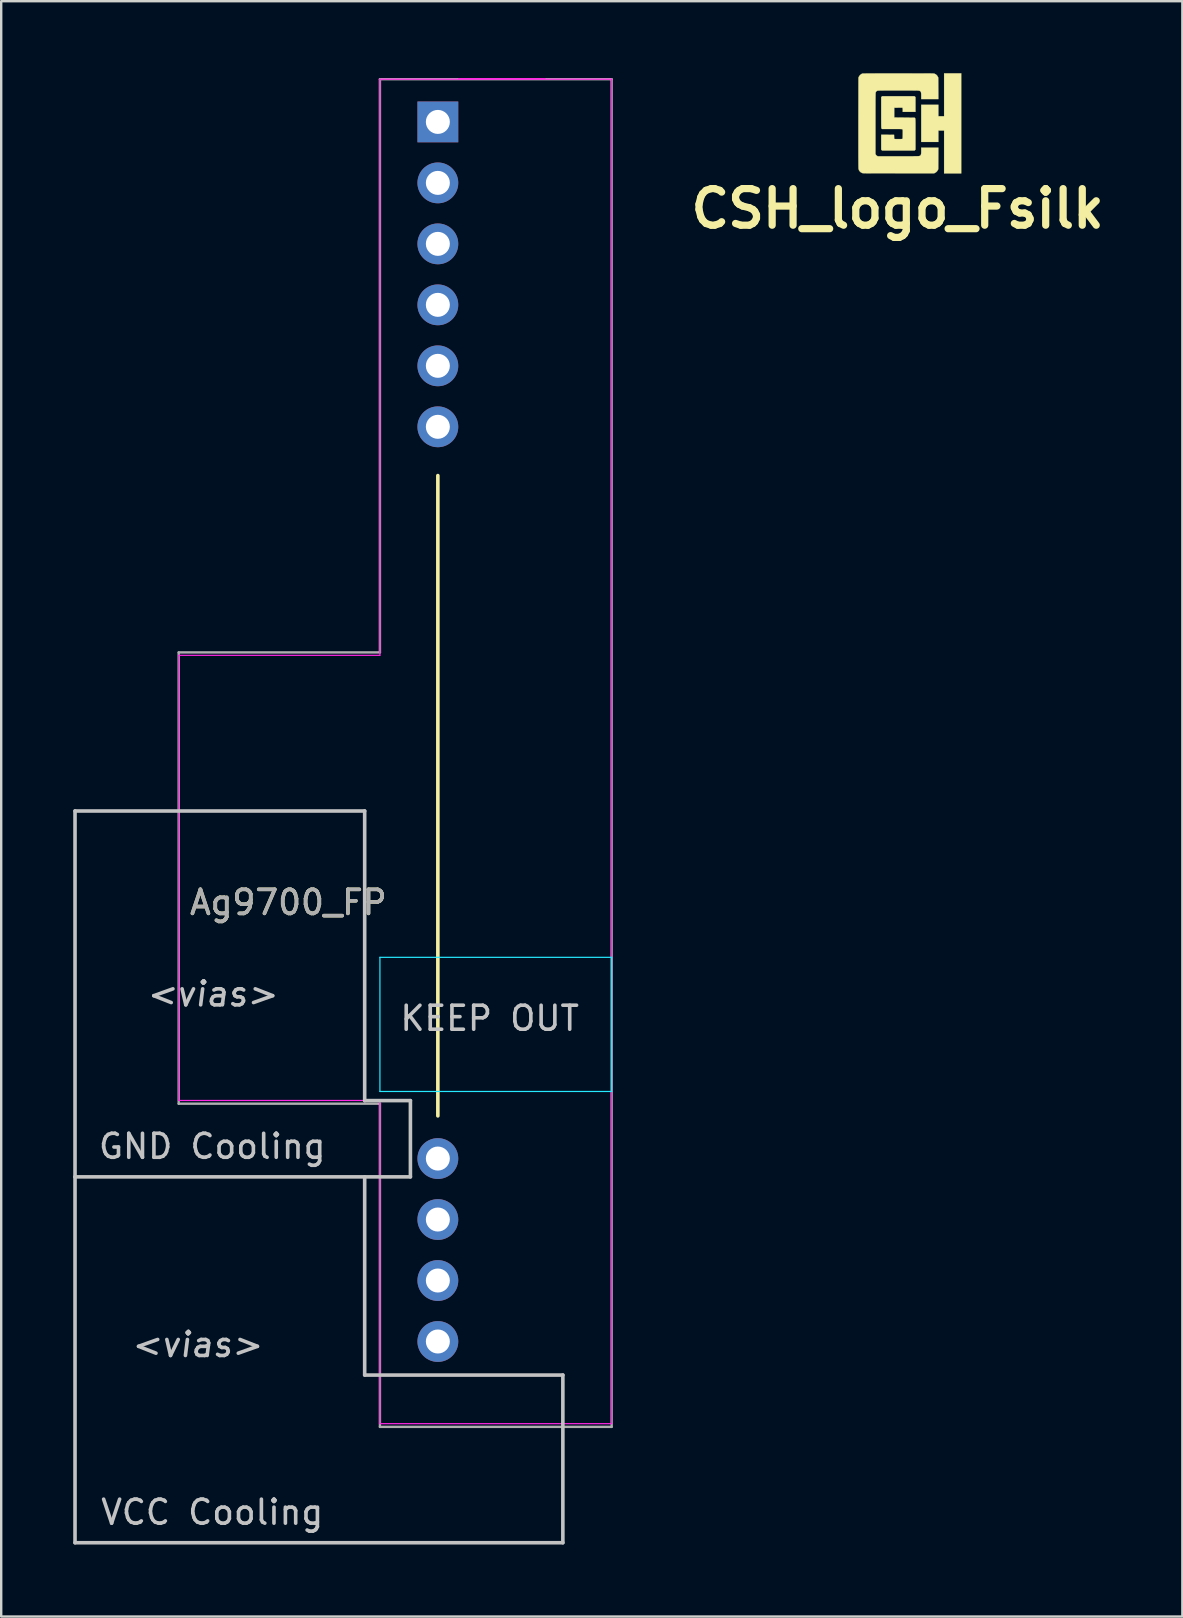
<source format=kicad_pcb>
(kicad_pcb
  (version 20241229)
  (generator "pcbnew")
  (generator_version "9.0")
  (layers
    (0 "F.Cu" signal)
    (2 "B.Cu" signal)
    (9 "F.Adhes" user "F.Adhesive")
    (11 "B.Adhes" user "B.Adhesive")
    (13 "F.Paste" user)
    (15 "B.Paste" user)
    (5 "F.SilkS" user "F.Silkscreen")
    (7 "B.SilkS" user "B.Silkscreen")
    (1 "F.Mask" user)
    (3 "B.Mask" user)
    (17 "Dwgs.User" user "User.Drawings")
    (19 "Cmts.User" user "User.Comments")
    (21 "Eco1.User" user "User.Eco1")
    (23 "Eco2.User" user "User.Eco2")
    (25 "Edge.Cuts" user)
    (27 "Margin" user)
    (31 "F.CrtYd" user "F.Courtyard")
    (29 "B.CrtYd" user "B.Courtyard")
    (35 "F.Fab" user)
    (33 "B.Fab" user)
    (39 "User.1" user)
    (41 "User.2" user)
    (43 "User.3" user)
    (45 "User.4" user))
  (footprint "Ag9700_FP"
    (layer "F.Cu")
    (at 17.855 0.25)
    (property "Reference" "Ag9700_FP" (at -8.89 34.29 0) (layer "F.SilkS") (effects (font (size 1 1) (thickness 0.15))))
    (attr through_hole)
    (fp_line (start -2.667 16.51) (end -2.667 43.18) (stroke (width 0.15) (type solid)) (layer "F.SilkS"))
    (fp_line (start -17.78 30.48) (end -17.78 45.72) (stroke (width 0.15) (type solid)) (layer "Dwgs.User"))
    (fp_line (start -17.78 45.72) (end -17.78 60.96) (stroke (width 0.15) (type solid)) (layer "Dwgs.User"))
    (fp_line (start -17.78 45.72) (end -3.81 45.72) (stroke (width 0.15) (type solid)) (layer "Dwgs.User"))
    (fp_line (start -17.78 60.96) (end 2.54 60.96) (stroke (width 0.15) (type solid)) (layer "Dwgs.User"))
    (fp_line (start -5.715 30.48) (end -17.78 30.48) (stroke (width 0.15) (type solid)) (layer "Dwgs.User"))
    (fp_line (start -5.715 42.545) (end -5.715 30.48) (stroke (width 0.15) (type solid)) (layer "Dwgs.User"))
    (fp_line (start -5.715 53.975) (end -5.715 45.72) (stroke (width 0.15) (type solid)) (layer "Dwgs.User"))
    (fp_line (start -3.81 42.545) (end -5.715 42.545) (stroke (width 0.15) (type solid)) (layer "Dwgs.User"))
    (fp_line (start -3.81 45.72) (end -3.81 42.545) (stroke (width 0.15) (type solid)) (layer "Dwgs.User"))
    (fp_line (start 2.54 53.975) (end -5.715 53.975) (stroke (width 0.15) (type solid)) (layer "Dwgs.User"))
    (fp_line (start 2.54 60.96) (end 2.54 53.975) (stroke (width 0.15) (type solid)) (layer "Dwgs.User"))
    (fp_line (start -5.08 36.576) (end -5.08 42.164) (stroke (width 0.05) (type solid)) (layer "B.CrtYd"))
    (fp_line (start 4.572 36.576) (end -5.08 36.576) (stroke (width 0.05) (type solid)) (layer "B.CrtYd"))
    (fp_line (start 4.572 42.164) (end -5.08 42.164) (stroke (width 0.05) (type solid)) (layer "B.CrtYd"))
    (fp_line (start 4.572 42.164) (end 4.572 36.576) (stroke (width 0.05) (type solid)) (layer "B.CrtYd"))
    (fp_line (start -13.462 23.996) (end -5.08 23.996) (stroke (width 0.05) (type solid)) (layer "F.CrtYd"))
    (fp_line (start -13.462 42.538) (end -13.462 23.996) (stroke (width 0.05) (type solid)) (layer "F.CrtYd"))
    (fp_line (start -5.08 0) (end 4.572 0) (stroke (width 0.05) (type solid)) (layer "F.CrtYd"))
    (fp_line (start -5.08 23.996) (end -5.08 0) (stroke (width 0.05) (type solid)) (layer "F.CrtYd"))
    (fp_line (start -5.08 42.538) (end -13.462 42.538) (stroke (width 0.05) (type solid)) (layer "F.CrtYd"))
    (fp_line (start -5.08 56) (end -5.08 42.538) (stroke (width 0.05) (type solid)) (layer "F.CrtYd"))
    (fp_line (start 1.8 -0.022) (end -1.8 -0.022) (stroke (width 0.05) (type solid)) (layer "F.CrtYd"))
    (fp_line (start 4.572 0) (end 4.572 56) (stroke (width 0.05) (type solid)) (layer "F.CrtYd"))
    (fp_line (start 4.572 56) (end -5.08 56) (stroke (width 0.05) (type solid)) (layer "F.CrtYd"))
    (fp_line (start -13.462 23.876) (end -13.462 42.672) (stroke (width 0.1) (type solid)) (layer "F.Fab"))
    (fp_line (start -13.462 23.876) (end -5.08 23.876) (stroke (width 0.1) (type solid)) (layer "F.Fab"))
    (fp_line (start -13.462 42.672) (end -5.08 42.672) (stroke (width 0.1) (type solid)) (layer "F.Fab"))
    (fp_line (start -5.08 0) (end 4.572 0) (stroke (width 0.1) (type solid)) (layer "F.Fab"))
    (fp_line (start -5.08 23.876) (end -5.08 0) (stroke (width 0.1) (type solid)) (layer "F.Fab"))
    (fp_line (start -5.08 42.672) (end -5.08 56.134) (stroke (width 0.1) (type solid)) (layer "F.Fab"))
    (fp_line (start -5.08 56.134) (end 4.572 56.134) (stroke (width 0.1) (type solid)) (layer "F.Fab"))
    (fp_line (start 4.572 0) (end 4.572 56.134) (stroke (width 0.1) (type solid)) (layer "F.Fab"))
    (fp_text user "VCC Cooling" (at -12.065 59.69 0) (layer "Dwgs.User") (effects (font (size 1 1) (thickness 0.15))))
    (fp_text user "GND Cooling" (at -12.065 44.45 0) (layer "Dwgs.User") (effects (font (size 1 1) (thickness 0.15))))
    (fp_text user "<vias>" (at -12.7 52.705 0) (layer "Dwgs.User") (effects (font (size 1 1) (thickness 0.15) (italic yes))))
    (fp_text user "KEEP OUT" (at -0.508 39.116 0) (layer "Dwgs.User") (effects (font (size 1 1) (thickness 0.15))))
    (fp_text user "<vias>" (at -12.065 38.1 0) (layer "Dwgs.User") (effects (font (size 1 1) (thickness 0.15) (italic yes))))
    (fp_text user "${REFERENCE}" (at -8.89 34.29 180) (layer "F.Fab") (effects (font (size 1 1) (thickness 0.15))))
    (pad "1" thru_hole rect (at -2.667 1.778) (size 1.7 1.7) (drill 1) (layers "*.Cu" "*.Mask"))
    (pad "2" thru_hole oval (at -2.667 4.318) (size 1.7 1.7) (drill 1) (layers "*.Cu" "*.Mask"))
    (pad "3" thru_hole oval (at -2.667 6.858) (size 1.7 1.7) (drill 1) (layers "*.Cu" "*.Mask"))
    (pad "4" thru_hole oval (at -2.667 9.398) (size 1.7 1.7) (drill 1) (layers "*.Cu" "*.Mask"))
    (pad "5" thru_hole oval (at -2.667 11.938) (size 1.7 1.7) (drill 1) (layers "*.Cu" "*.Mask"))
    (pad "6" thru_hole oval (at -2.667 14.478) (size 1.7 1.7) (drill 1) (layers "*.Cu" "*.Mask"))
    (pad "7" thru_hole oval (at -2.667 44.958) (size 1.7 1.7) (drill 1) (layers "*.Cu" "*.Mask"))
    (pad "8" thru_hole oval (at -2.667 47.498) (size 1.7 1.7) (drill 1) (layers "*.Cu" "*.Mask"))
    (pad "9" thru_hole oval (at -2.667 50.038) (size 1.7 1.7) (drill 1) (layers "*.Cu" "*.Mask"))
    (pad "10" thru_hole oval (at -2.667 52.578) (size 1.7 1.7) (drill 1) (layers "*.Cu" "*.Mask")))
  (footprint "CSH_logo_Fsilk"
    (layer "F.Cu")
    (at 34.846 2.085)
    (property "Reference" "CSH_logo_Fsilk" (at -0.508 3.556 0) (layer "F.SilkS") (effects (font (size 1.524 1.524) (thickness 0.3))))
    (attr through_hole)
    (fp_poly (pts (xy 2.143 2.088) (xy 1.429 2.088) (xy 1.429 0.302) (xy 1.191 0.302) (xy 1.191 0.778) (xy 0.476 0.778) (xy 0.476 -0.77) (xy 1.191 -0.77) (xy 1.191 -0.294) (xy 1.429 -0.294) (xy 1.429 -2.08) (xy 2.143 -2.08) (xy 2.143 2.088)) (stroke (width 0.01) (type solid)) (fill yes) (layer "F.SilkS"))
    (fp_poly (pts (xy 0.219 -1.108) (xy 0.238 -1.088) (xy 0.238 -0.476) (xy -0.294 -0.476) (xy -0.294 -0.543) (xy -0.295 -0.577) (xy -0.297 -0.607) (xy -0.3 -0.627) (xy -0.301 -0.631) (xy -0.309 -0.651) (xy -0.478 -0.649) (xy -0.647 -0.647) (xy -0.647 -0.242) (xy -0.222 -0.238) (xy -0.142 -0.237) (xy -0.066 -0.236) (xy 0.003 -0.235) (xy 0.064 -0.235) (xy 0.116 -0.234) (xy 0.158 -0.233) (xy 0.187 -0.233) (xy 0.202 -0.232) (xy 0.204 -0.232) (xy 0.21 -0.226) (xy 0.216 -0.221) (xy 0.22 -0.216) (xy 0.224 -0.209) (xy 0.227 -0.201) (xy 0.23 -0.189) (xy 0.232 -0.173) (xy 0.234 -0.151) (xy 0.236 -0.123) (xy 0.237 -0.088) (xy 0.237 -0.044) (xy 0.238 0.01) (xy 0.238 0.075) (xy 0.238 0.151) (xy 0.238 0.24) (xy 0.238 0.343) (xy 0.238 0.45) (xy 0.238 1.096) (xy 0.199 1.135) (xy -1.152 1.135) (xy -1.171 1.116) (xy -1.191 1.096) (xy -1.191 0.476) (xy -0.923 0.478) (xy -0.655 0.48) (xy -0.653 0.563) (xy -0.65 0.607) (xy -0.647 0.637) (xy -0.642 0.651) (xy -0.641 0.652) (xy -0.629 0.655) (xy -0.605 0.656) (xy -0.571 0.658) (xy -0.53 0.658) (xy -0.486 0.658) (xy -0.44 0.658) (xy -0.397 0.657) (xy -0.36 0.656) (xy -0.331 0.654) (xy -0.313 0.652) (xy -0.31 0.651) (xy -0.306 0.646) (xy -0.303 0.636) (xy -0.3 0.619) (xy -0.298 0.593) (xy -0.297 0.557) (xy -0.296 0.508) (xy -0.295 0.457) (xy -0.295 0.398) (xy -0.294 0.352) (xy -0.295 0.319) (xy -0.295 0.295) (xy -0.297 0.279) (xy -0.3 0.268) (xy -0.304 0.26) (xy -0.309 0.255) (xy -0.309 0.254) (xy -0.313 0.251) (xy -0.318 0.248) (xy -0.325 0.245) (xy -0.336 0.243) (xy -0.352 0.242) (xy -0.374 0.24) (xy -0.403 0.24) (xy -0.442 0.239) (xy -0.49 0.238) (xy -0.55 0.238) (xy -0.623 0.238) (xy -0.71 0.238) (xy -1.158 0.238) (xy -1.174 0.221) (xy -1.177 0.217) (xy -1.18 0.213) (xy -1.182 0.207) (xy -1.184 0.198) (xy -1.186 0.186) (xy -1.187 0.168) (xy -1.188 0.144) (xy -1.189 0.113) (xy -1.189 0.074) (xy -1.19 0.026) (xy -1.19 -0.032) (xy -1.19 -0.102) (xy -1.191 -0.183) (xy -1.191 -0.278) (xy -1.191 -0.388) (xy -1.191 -0.442) (xy -1.191 -1.088) (xy -1.171 -1.108) (xy -1.152 -1.127) (xy 0.199 -1.127) (xy 0.219 -1.108)) (stroke (width 0.01) (type solid)) (fill yes) (layer "F.SilkS"))
    (fp_poly (pts (xy 0.477 -2.079) (xy 0.565 -2.079) (xy 0.643 -2.078) (xy 0.711 -2.078) (xy 0.77 -2.078) (xy 0.821 -2.077) (xy 0.864 -2.077) (xy 0.9 -2.076) (xy 0.931 -2.075) (xy 0.955 -2.075) (xy 0.975 -2.074) (xy 0.991 -2.072) (xy 1.003 -2.071) (xy 1.013 -2.07) (xy 1.02 -2.068) (xy 1.026 -2.067) (xy 1.032 -2.065) (xy 1.034 -2.064) (xy 1.088 -2.035) (xy 1.133 -1.995) (xy 1.164 -1.946) (xy 1.187 -1.901) (xy 1.189 -1.455) (xy 1.191 -1.008) (xy 0.476 -1.008) (xy 0.476 -1.139) (xy 0.476 -1.199) (xy 0.473 -1.245) (xy 0.468 -1.279) (xy 0.46 -1.305) (xy 0.448 -1.324) (xy 0.432 -1.338) (xy 0.413 -1.349) (xy 0.408 -1.352) (xy 0.402 -1.354) (xy 0.395 -1.356) (xy 0.385 -1.358) (xy 0.372 -1.359) (xy 0.354 -1.361) (xy 0.332 -1.362) (xy 0.303 -1.363) (xy 0.268 -1.363) (xy 0.224 -1.364) (xy 0.172 -1.364) (xy 0.11 -1.365) (xy 0.037 -1.365) (xy -0.047 -1.365) (xy -0.144 -1.365) (xy -0.254 -1.365) (xy -0.379 -1.365) (xy -0.476 -1.365) (xy -0.611 -1.365) (xy -0.732 -1.365) (xy -0.838 -1.365) (xy -0.931 -1.365) (xy -1.012 -1.365) (xy -1.081 -1.365) (xy -1.141 -1.364) (xy -1.19 -1.364) (xy -1.231 -1.363) (xy -1.265 -1.362) (xy -1.292 -1.361) (xy -1.312 -1.36) (xy -1.328 -1.359) (xy -1.34 -1.357) (xy -1.349 -1.355) (xy -1.356 -1.353) (xy -1.362 -1.351) (xy -1.365 -1.349) (xy -1.397 -1.324) (xy -1.413 -1.302) (xy -1.415 -1.298) (xy -1.417 -1.293) (xy -1.418 -1.287) (xy -1.42 -1.279) (xy -1.421 -1.268) (xy -1.423 -1.254) (xy -1.424 -1.235) (xy -1.425 -1.212) (xy -1.425 -1.183) (xy -1.426 -1.147) (xy -1.427 -1.104) (xy -1.427 -1.054) (xy -1.428 -0.994) (xy -1.428 -0.925) (xy -1.428 -0.846) (xy -1.428 -0.757) (xy -1.429 -0.655) (xy -1.429 -0.541) (xy -1.429 -0.414) (xy -1.429 -0.274) (xy -1.429 -0.118) (xy -1.429 0.005) (xy -1.429 1.28) (xy -1.412 1.31) (xy -1.393 1.334) (xy -1.369 1.354) (xy -1.365 1.356) (xy -1.335 1.373) (xy -0.477 1.373) (xy -0.342 1.373) (xy -0.221 1.373) (xy -0.115 1.373) (xy -0.022 1.373) (xy 0.059 1.373) (xy 0.129 1.373) (xy 0.188 1.372) (xy 0.237 1.372) (xy 0.279 1.371) (xy 0.312 1.37) (xy 0.339 1.369) (xy 0.36 1.368) (xy 0.376 1.367) (xy 0.388 1.365) (xy 0.397 1.363) (xy 0.404 1.361) (xy 0.409 1.359) (xy 0.413 1.357) (xy 0.434 1.345) (xy 0.45 1.33) (xy 0.461 1.31) (xy 0.469 1.283) (xy 0.474 1.248) (xy 0.476 1.2) (xy 0.476 1.147) (xy 0.476 1.016) (xy 1.191 1.016) (xy 1.189 1.462) (xy 1.187 1.909) (xy 1.165 1.954) (xy 1.131 2.005) (xy 1.086 2.045) (xy 1.048 2.067) (xy 1.012 2.084) (xy -0.464 2.085) (xy -0.644 2.086) (xy -0.809 2.086) (xy -0.96 2.086) (xy -1.096 2.086) (xy -1.22 2.086) (xy -1.331 2.086) (xy -1.43 2.086) (xy -1.519 2.086) (xy -1.596 2.086) (xy -1.665 2.085) (xy -1.724 2.085) (xy -1.775 2.084) (xy -1.818 2.084) (xy -1.855 2.083) (xy -1.885 2.082) (xy -1.909 2.082) (xy -1.929 2.081) (xy -1.945 2.079) (xy -1.957 2.078) (xy -1.967 2.077) (xy -1.974 2.075) (xy -1.98 2.074) (xy -1.982 2.073) (xy -2.037 2.046) (xy -2.081 2.008) (xy -2.115 1.96) (xy -2.135 1.904) (xy -2.135 1.902) (xy -2.136 1.892) (xy -2.137 1.871) (xy -2.138 1.839) (xy -2.139 1.796) (xy -2.14 1.741) (xy -2.14 1.674) (xy -2.141 1.595) (xy -2.141 1.503) (xy -2.142 1.398) (xy -2.142 1.28) (xy -2.142 1.149) (xy -2.142 1.004) (xy -2.142 0.844) (xy -2.142 0.67) (xy -2.142 0.482) (xy -2.142 0.278) (xy -2.142 0.058) (xy -2.142 -0.02) (xy -2.139 -1.901) (xy -2.117 -1.946) (xy -2.084 -1.997) (xy -2.039 -2.037) (xy -2.001 -2.059) (xy -1.965 -2.076) (xy -0.487 -2.078) (xy -0.307 -2.078) (xy -0.142 -2.078) (xy 0.008 -2.078) (xy 0.144 -2.079) (xy 0.267 -2.079) (xy 0.378 -2.079) (xy 0.477 -2.079)) (stroke (width 0.01) (type solid)) (fill yes) (layer "F.SilkS")))
  (gr_rect
    (start -3 -3)
    (end 46.199 64.285)
    (stroke (width 0.1) (type default))
    (fill no)
    (layer "Edge.Cuts")))
</source>
